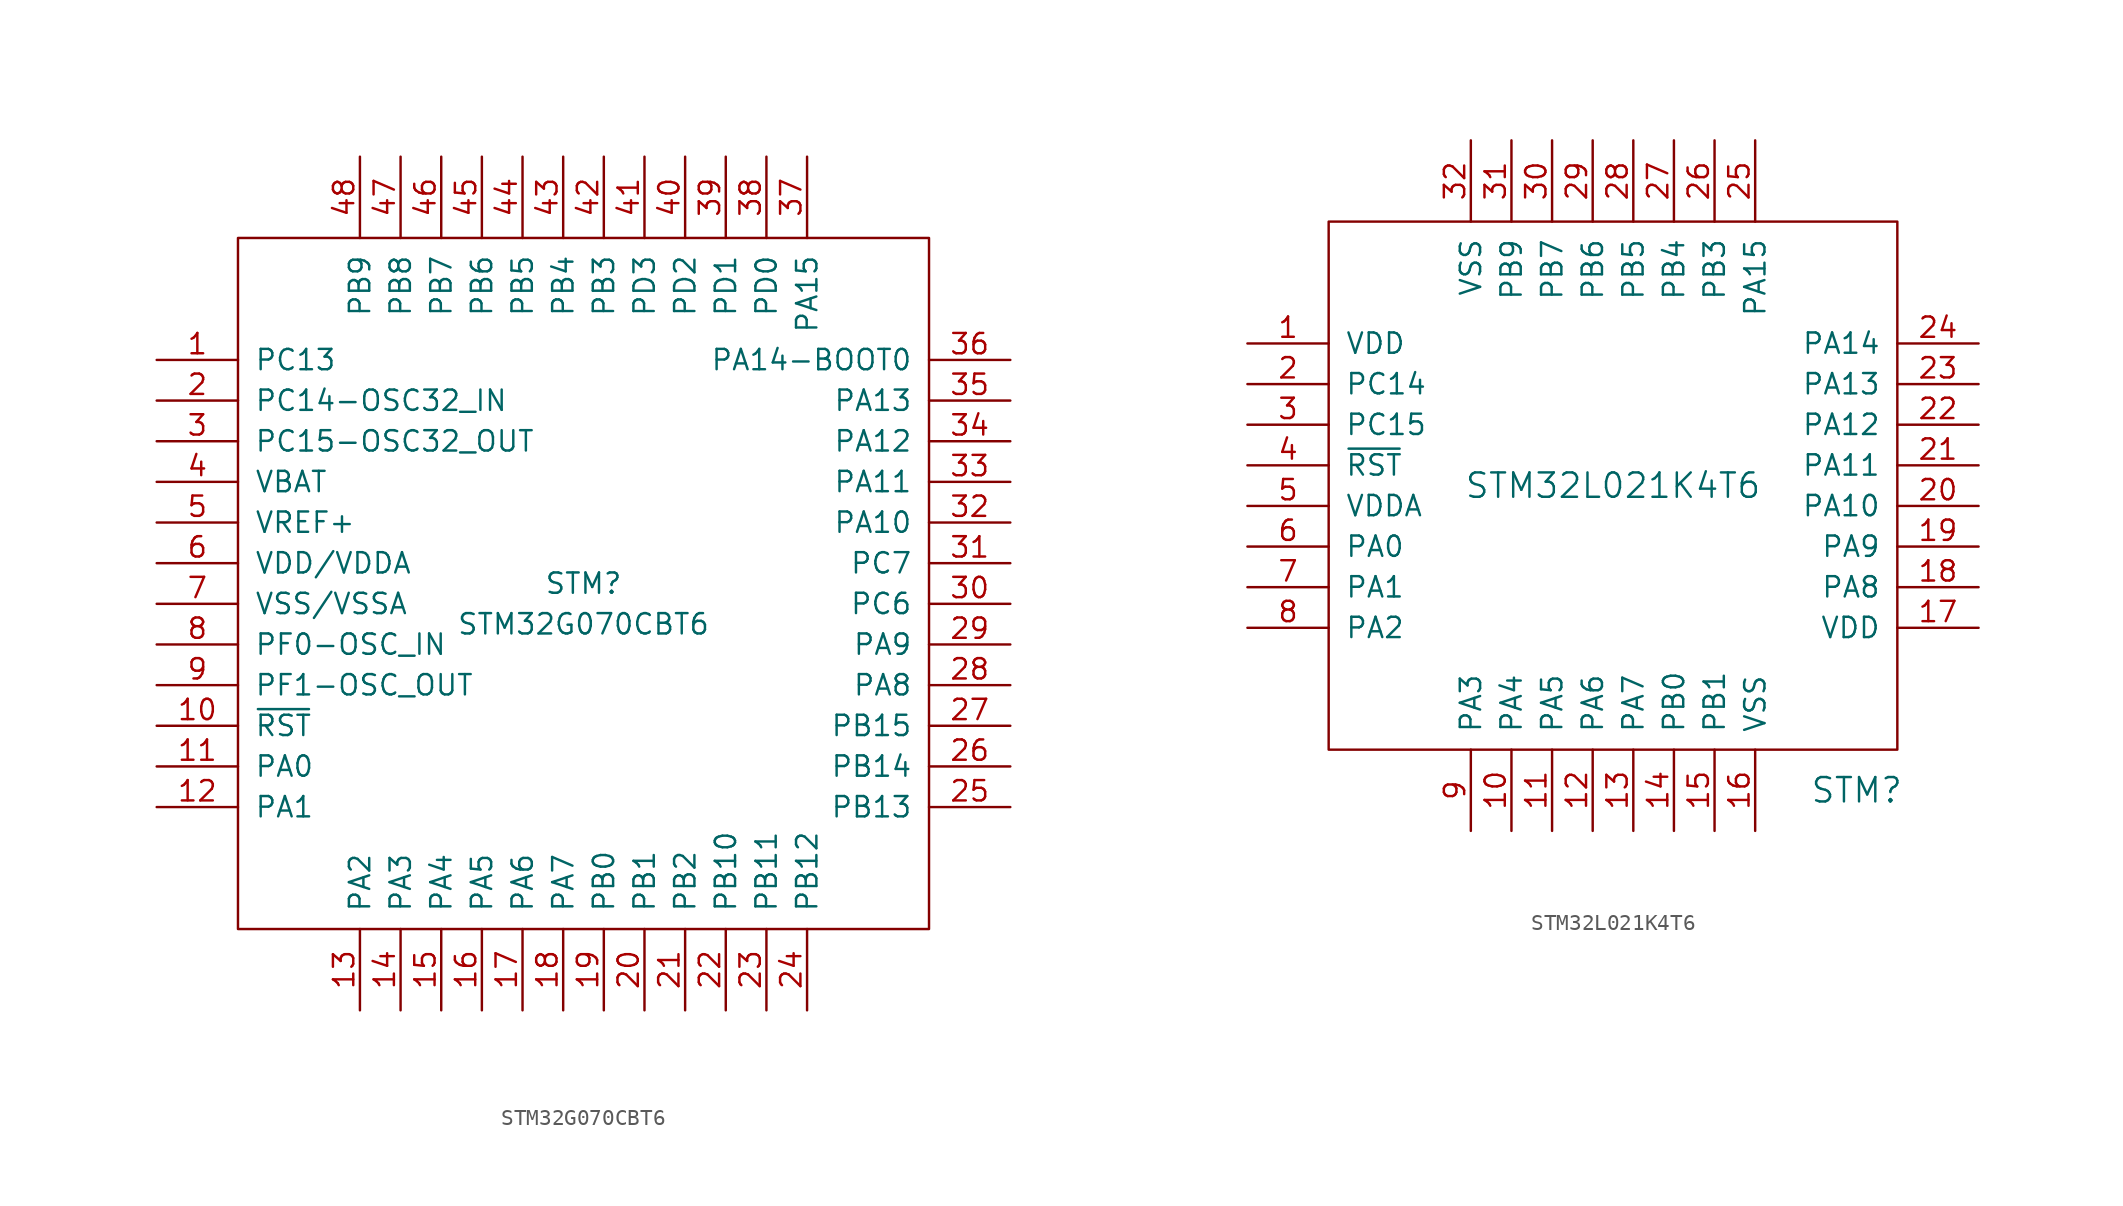
<source format=kicad_sym>
(kicad_symbol_lib
  (version 20211014)
  (generator kicad_symbol_editor)
  (symbol "STM32G070CBT6"
    (pin_names
      (offset 1.016))
    (property "Reference" "STM"
      (at 0 0 0)
      (effects (font (size 1.27 1.27))))
    (property "Value" "STM32G070CBT6"
      (at 0 -2.54 0)
      (effects (font (size 1.27 1.27))))
    (symbol "STM32G070CBT6_0_0"
      (pin bidirectional line (at -26.67 -13.97 0) (length 5.08) (name "PA1" (effects (font (size 1.27 1.27)))) (number "12" (effects (font (size 1.27 1.27)))))
      (pin bidirectional line (at -13.97 -26.67 90) (length 5.08) (name "PA2" (effects (font (size 1.27 1.27)))) (number "13" (effects (font (size 1.27 1.27)))))
      (pin bidirectional line (at -11.43 -26.67 90) (length 5.08) (name "PA3" (effects (font (size 1.27 1.27)))) (number "14" (effects (font (size 1.27 1.27)))))
      (pin bidirectional line (at -8.89 -26.67 90) (length 5.08) (name "PA4" (effects (font (size 1.27 1.27)))) (number "15" (effects (font (size 1.27 1.27)))))
      (pin bidirectional line (at -6.35 -26.67 90) (length 5.08) (name "PA5" (effects (font (size 1.27 1.27)))) (number "16" (effects (font (size 1.27 1.27)))))
      (pin bidirectional line (at -3.81 -26.67 90) (length 5.08) (name "PA6" (effects (font (size 1.27 1.27)))) (number "17" (effects (font (size 1.27 1.27)))))
      (pin bidirectional line (at -1.27 -26.67 90) (length 5.08) (name "PA7" (effects (font (size 1.27 1.27)))) (number "18" (effects (font (size 1.27 1.27)))))
      (pin bidirectional line (at 1.27 -26.67 90) (length 5.08) (name "PB0" (effects (font (size 1.27 1.27)))) (number "19" (effects (font (size 1.27 1.27)))))
      (pin bidirectional line (at 3.81 -26.67 90) (length 5.08) (name "PB1" (effects (font (size 1.27 1.27)))) (number "20" (effects (font (size 1.27 1.27)))))
      (pin bidirectional line (at 6.35 -26.67 90) (length 5.08) (name "PB2" (effects (font (size 1.27 1.27)))) (number "21" (effects (font (size 1.27 1.27)))))
      (pin bidirectional line (at 8.89 -26.67 90) (length 5.08) (name "PB10" (effects (font (size 1.27 1.27)))) (number "22" (effects (font (size 1.27 1.27)))))
      (pin bidirectional line (at 11.43 -26.67 90) (length 5.08) (name "PB11" (effects (font (size 1.27 1.27)))) (number "23" (effects (font (size 1.27 1.27)))))
      (pin bidirectional line (at 13.97 -26.67 90) (length 5.08) (name "PB12" (effects (font (size 1.27 1.27)))) (number "24" (effects (font (size 1.27 1.27)))))
      (pin bidirectional line (at 26.67 -13.97 180) (length 5.08) (name "PB13" (effects (font (size 1.27 1.27)))) (number "25" (effects (font (size 1.27 1.27)))))
      (pin bidirectional line (at 26.67 -11.43 180) (length 5.08) (name "PB14" (effects (font (size 1.27 1.27)))) (number "26" (effects (font (size 1.27 1.27)))))
      (pin bidirectional line (at 26.67 -8.89 180) (length 5.08) (name "PB15" (effects (font (size 1.27 1.27)))) (number "27" (effects (font (size 1.27 1.27)))))
      (pin bidirectional line (at 26.67 -6.35 180) (length 5.08) (name "PA8" (effects (font (size 1.27 1.27)))) (number "28" (effects (font (size 1.27 1.27)))))
      (pin bidirectional line (at 26.67 -3.81 180) (length 5.08) (name "PA9" (effects (font (size 1.27 1.27)))) (number "29" (effects (font (size 1.27 1.27)))))
      (pin bidirectional line (at 26.67 -1.27 180) (length 5.08) (name "PC6" (effects (font (size 1.27 1.27)))) (number "30" (effects (font (size 1.27 1.27)))))
      (pin bidirectional line (at 26.67 1.27 180) (length 5.08) (name "PC7" (effects (font (size 1.27 1.27)))) (number "31" (effects (font (size 1.27 1.27)))))
      (pin bidirectional line (at 26.67 3.81 180) (length 5.08) (name "PA10" (effects (font (size 1.27 1.27)))) (number "32" (effects (font (size 1.27 1.27)))))
      (pin bidirectional line (at 26.67 6.35 180) (length 5.08) (name "PA11" (effects (font (size 1.27 1.27)))) (number "33" (effects (font (size 1.27 1.27)))))
      (pin bidirectional line (at 26.67 8.89 180) (length 5.08) (name "PA12" (effects (font (size 1.27 1.27)))) (number "34" (effects (font (size 1.27 1.27)))))
      (pin bidirectional line (at 26.67 11.43 180) (length 5.08) (name "PA13" (effects (font (size 1.27 1.27)))) (number "35" (effects (font (size 1.27 1.27)))))
      (pin bidirectional line (at 26.67 13.97 180) (length 5.08) (name "PA14-BOOT0" (effects (font (size 1.27 1.27)))) (number "36" (effects (font (size 1.27 1.27)))))
      (pin bidirectional line (at 13.97 26.67 270) (length 5.08) (name "PA15" (effects (font (size 1.27 1.27)))) (number "37" (effects (font (size 1.27 1.27)))))
      (pin bidirectional line (at 11.43 26.67 270) (length 5.08) (name "PD0" (effects (font (size 1.27 1.27)))) (number "38" (effects (font (size 1.27 1.27)))))
      (pin bidirectional line (at 8.89 26.67 270) (length 5.08) (name "PD1" (effects (font (size 1.27 1.27)))) (number "39" (effects (font (size 1.27 1.27)))))
      (pin bidirectional line (at 6.35 26.67 270) (length 5.08) (name "PD2" (effects (font (size 1.27 1.27)))) (number "40" (effects (font (size 1.27 1.27)))))
      (pin bidirectional line (at 3.81 26.67 270) (length 5.08) (name "PD3" (effects (font (size 1.27 1.27)))) (number "41" (effects (font (size 1.27 1.27)))))
      (pin bidirectional line (at 1.27 26.67 270) (length 5.08) (name "PB3" (effects (font (size 1.27 1.27)))) (number "42" (effects (font (size 1.27 1.27)))))
      (pin bidirectional line (at -1.27 26.67 270) (length 5.08) (name "PB4" (effects (font (size 1.27 1.27)))) (number "43" (effects (font (size 1.27 1.27)))))
      (pin bidirectional line (at -3.81 26.67 270) (length 5.08) (name "PB5" (effects (font (size 1.27 1.27)))) (number "44" (effects (font (size 1.27 1.27)))))
      (pin bidirectional line (at -6.35 26.67 270) (length 5.08) (name "PB6" (effects (font (size 1.27 1.27)))) (number "45" (effects (font (size 1.27 1.27)))))
      (pin bidirectional line (at -8.89 26.67 270) (length 5.08) (name "PB7" (effects (font (size 1.27 1.27)))) (number "46" (effects (font (size 1.27 1.27)))))
      (pin bidirectional line (at -11.43 26.67 270) (length 5.08) (name "PB8" (effects (font (size 1.27 1.27)))) (number "47" (effects (font (size 1.27 1.27)))))
      (pin bidirectional line (at -13.97 26.67 270) (length 5.08) (name "PB9" (effects (font (size 1.27 1.27)))) (number "48" (effects (font (size 1.27 1.27))))))
    (symbol "STM32G070CBT6_0_1"
      (rectangle (start -21.59 21.59) (end 21.59 -21.59) (stroke (width 0) (type default) (color 0 0 0 0)) (fill (type none))))
    (symbol "STM32G070CBT6_1_1"
      (pin bidirectional line (at -26.67 13.97 0) (length 5.08) (name "PC13" (effects (font (size 1.27 1.27)))) (number "1" (effects (font (size 1.27 1.27)))))
      (pin bidirectional line (at -26.67 -8.89 0) (length 5.08) (name "~{RST}" (effects (font (size 1.27 1.27)))) (number "10" (effects (font (size 1.27 1.27)))))
      (pin bidirectional line (at -26.67 -11.43 0) (length 5.08) (name "PA0" (effects (font (size 1.27 1.27)))) (number "11" (effects (font (size 1.27 1.27)))))
      (pin bidirectional line (at -26.67 11.43 0) (length 5.08) (name "PC14-OSC32_IN" (effects (font (size 1.27 1.27)))) (number "2" (effects (font (size 1.27 1.27)))))
      (pin bidirectional line (at -26.67 8.89 0) (length 5.08) (name "PC15-OSC32_OUT" (effects (font (size 1.27 1.27)))) (number "3" (effects (font (size 1.27 1.27)))))
      (pin power_in line (at -26.67 6.35 0) (length 5.08) (name "VBAT" (effects (font (size 1.27 1.27)))) (number "4" (effects (font (size 1.27 1.27)))))
      (pin power_in line (at -26.67 3.81 0) (length 5.08) (name "VREF+" (effects (font (size 1.27 1.27)))) (number "5" (effects (font (size 1.27 1.27)))))
      (pin power_in line (at -26.67 1.27 0) (length 5.08) (name "VDD/VDDA" (effects (font (size 1.27 1.27)))) (number "6" (effects (font (size 1.27 1.27)))))
      (pin power_in line (at -26.67 -1.27 0) (length 5.08) (name "VSS/VSSA" (effects (font (size 1.27 1.27)))) (number "7" (effects (font (size 1.27 1.27)))))
      (pin bidirectional line (at -26.67 -3.81 0) (length 5.08) (name "PF0-OSC_IN" (effects (font (size 1.27 1.27)))) (number "8" (effects (font (size 1.27 1.27)))))
      (pin bidirectional line (at -26.67 -6.35 0) (length 5.08) (name "PF1-OSC_OUT" (effects (font (size 1.27 1.27)))) (number "9" (effects (font (size 1.27 1.27)))))))
  (symbol "STM32L021K4T6"
    (pin_names
      (offset 1.016))
    (property "Reference" "STM"
      (at 15.24 -19.05 0)
      (effects (font (size 1.524 1.524))))
    (property "Value" "STM32L021K4T6"
      (at 0 0 0)
      (effects (font (size 1.524 1.524))))
    (symbol "STM32L021K4T6_0_1"
      (rectangle (start -17.78 16.51) (end 17.78 -16.51) (stroke (width 0) (type default) (color 0 0 0 0)) (fill (type none))))
    (symbol "STM32L021K4T6_1_1"
      (pin power_in line (at -22.86 8.89 0) (length 5.08) (name "VDD" (effects (font (size 1.27 1.27)))) (number "1" (effects (font (size 1.27 1.27)))))
      (pin bidirectional line (at -6.35 -21.59 90) (length 5.08) (name "PA4" (effects (font (size 1.27 1.27)))) (number "10" (effects (font (size 1.27 1.27)))))
      (pin bidirectional line (at -3.81 -21.59 90) (length 5.08) (name "PA5" (effects (font (size 1.27 1.27)))) (number "11" (effects (font (size 1.27 1.27)))))
      (pin bidirectional line (at -1.27 -21.59 90) (length 5.08) (name "PA6" (effects (font (size 1.27 1.27)))) (number "12" (effects (font (size 1.27 1.27)))))
      (pin bidirectional line (at 1.27 -21.59 90) (length 5.08) (name "PA7" (effects (font (size 1.27 1.27)))) (number "13" (effects (font (size 1.27 1.27)))))
      (pin bidirectional line (at 3.81 -21.59 90) (length 5.08) (name "PB0" (effects (font (size 1.27 1.27)))) (number "14" (effects (font (size 1.27 1.27)))))
      (pin bidirectional line (at 6.35 -21.59 90) (length 5.08) (name "PB1" (effects (font (size 1.27 1.27)))) (number "15" (effects (font (size 1.27 1.27)))))
      (pin power_in line (at 8.89 -21.59 90) (length 5.08) (name "VSS" (effects (font (size 1.27 1.27)))) (number "16" (effects (font (size 1.27 1.27)))))
      (pin power_in line (at 22.86 -8.89 180) (length 5.08) (name "VDD" (effects (font (size 1.27 1.27)))) (number "17" (effects (font (size 1.27 1.27)))))
      (pin bidirectional line (at 22.86 -6.35 180) (length 5.08) (name "PA8" (effects (font (size 1.27 1.27)))) (number "18" (effects (font (size 1.27 1.27)))))
      (pin bidirectional line (at 22.86 -3.81 180) (length 5.08) (name "PA9" (effects (font (size 1.27 1.27)))) (number "19" (effects (font (size 1.27 1.27)))))
      (pin bidirectional line (at -22.86 6.35 0) (length 5.08) (name "PC14" (effects (font (size 1.27 1.27)))) (number "2" (effects (font (size 1.27 1.27)))))
      (pin bidirectional line (at 22.86 -1.27 180) (length 5.08) (name "PA10" (effects (font (size 1.27 1.27)))) (number "20" (effects (font (size 1.27 1.27)))))
      (pin bidirectional line (at 22.86 1.27 180) (length 5.08) (name "PA11" (effects (font (size 1.27 1.27)))) (number "21" (effects (font (size 1.27 1.27)))))
      (pin bidirectional line (at 22.86 3.81 180) (length 5.08) (name "PA12" (effects (font (size 1.27 1.27)))) (number "22" (effects (font (size 1.27 1.27)))))
      (pin bidirectional line (at 22.86 6.35 180) (length 5.08) (name "PA13" (effects (font (size 1.27 1.27)))) (number "23" (effects (font (size 1.27 1.27)))))
      (pin bidirectional line (at 22.86 8.89 180) (length 5.08) (name "PA14" (effects (font (size 1.27 1.27)))) (number "24" (effects (font (size 1.27 1.27)))))
      (pin bidirectional line (at 8.89 21.59 270) (length 5.08) (name "PA15" (effects (font (size 1.27 1.27)))) (number "25" (effects (font (size 1.27 1.27)))))
      (pin bidirectional line (at 6.35 21.59 270) (length 5.08) (name "PB3" (effects (font (size 1.27 1.27)))) (number "26" (effects (font (size 1.27 1.27)))))
      (pin bidirectional line (at 3.81 21.59 270) (length 5.08) (name "PB4" (effects (font (size 1.27 1.27)))) (number "27" (effects (font (size 1.27 1.27)))))
      (pin bidirectional line (at 1.27 21.59 270) (length 5.08) (name "PB5" (effects (font (size 1.27 1.27)))) (number "28" (effects (font (size 1.27 1.27)))))
      (pin bidirectional line (at -1.27 21.59 270) (length 5.08) (name "PB6" (effects (font (size 1.27 1.27)))) (number "29" (effects (font (size 1.27 1.27)))))
      (pin bidirectional line (at -22.86 3.81 0) (length 5.08) (name "PC15" (effects (font (size 1.27 1.27)))) (number "3" (effects (font (size 1.27 1.27)))))
      (pin bidirectional line (at -3.81 21.59 270) (length 5.08) (name "PB7" (effects (font (size 1.27 1.27)))) (number "30" (effects (font (size 1.27 1.27)))))
      (pin bidirectional line (at -6.35 21.59 270) (length 5.08) (name "PB9" (effects (font (size 1.27 1.27)))) (number "31" (effects (font (size 1.27 1.27)))))
      (pin power_in line (at -8.89 21.59 270) (length 5.08) (name "VSS" (effects (font (size 1.27 1.27)))) (number "32" (effects (font (size 1.27 1.27)))))
      (pin input line (at -22.86 1.27 0) (length 5.08) (name "~{RST}" (effects (font (size 1.27 1.27)))) (number "4" (effects (font (size 1.27 1.27)))))
      (pin power_in line (at -22.86 -1.27 0) (length 5.08) (name "VDDA" (effects (font (size 1.27 1.27)))) (number "5" (effects (font (size 1.27 1.27)))))
      (pin bidirectional line (at -22.86 -3.81 0) (length 5.08) (name "PA0" (effects (font (size 1.27 1.27)))) (number "6" (effects (font (size 1.27 1.27)))))
      (pin bidirectional line (at -22.86 -6.35 0) (length 5.08) (name "PA1" (effects (font (size 1.27 1.27)))) (number "7" (effects (font (size 1.27 1.27)))))
      (pin bidirectional line (at -22.86 -8.89 0) (length 5.08) (name "PA2" (effects (font (size 1.27 1.27)))) (number "8" (effects (font (size 1.27 1.27)))))
      (pin bidirectional line (at -8.89 -21.59 90) (length 5.08) (name "PA3" (effects (font (size 1.27 1.27)))) (number "9" (effects (font (size 1.27 1.27))))))))
</source>
